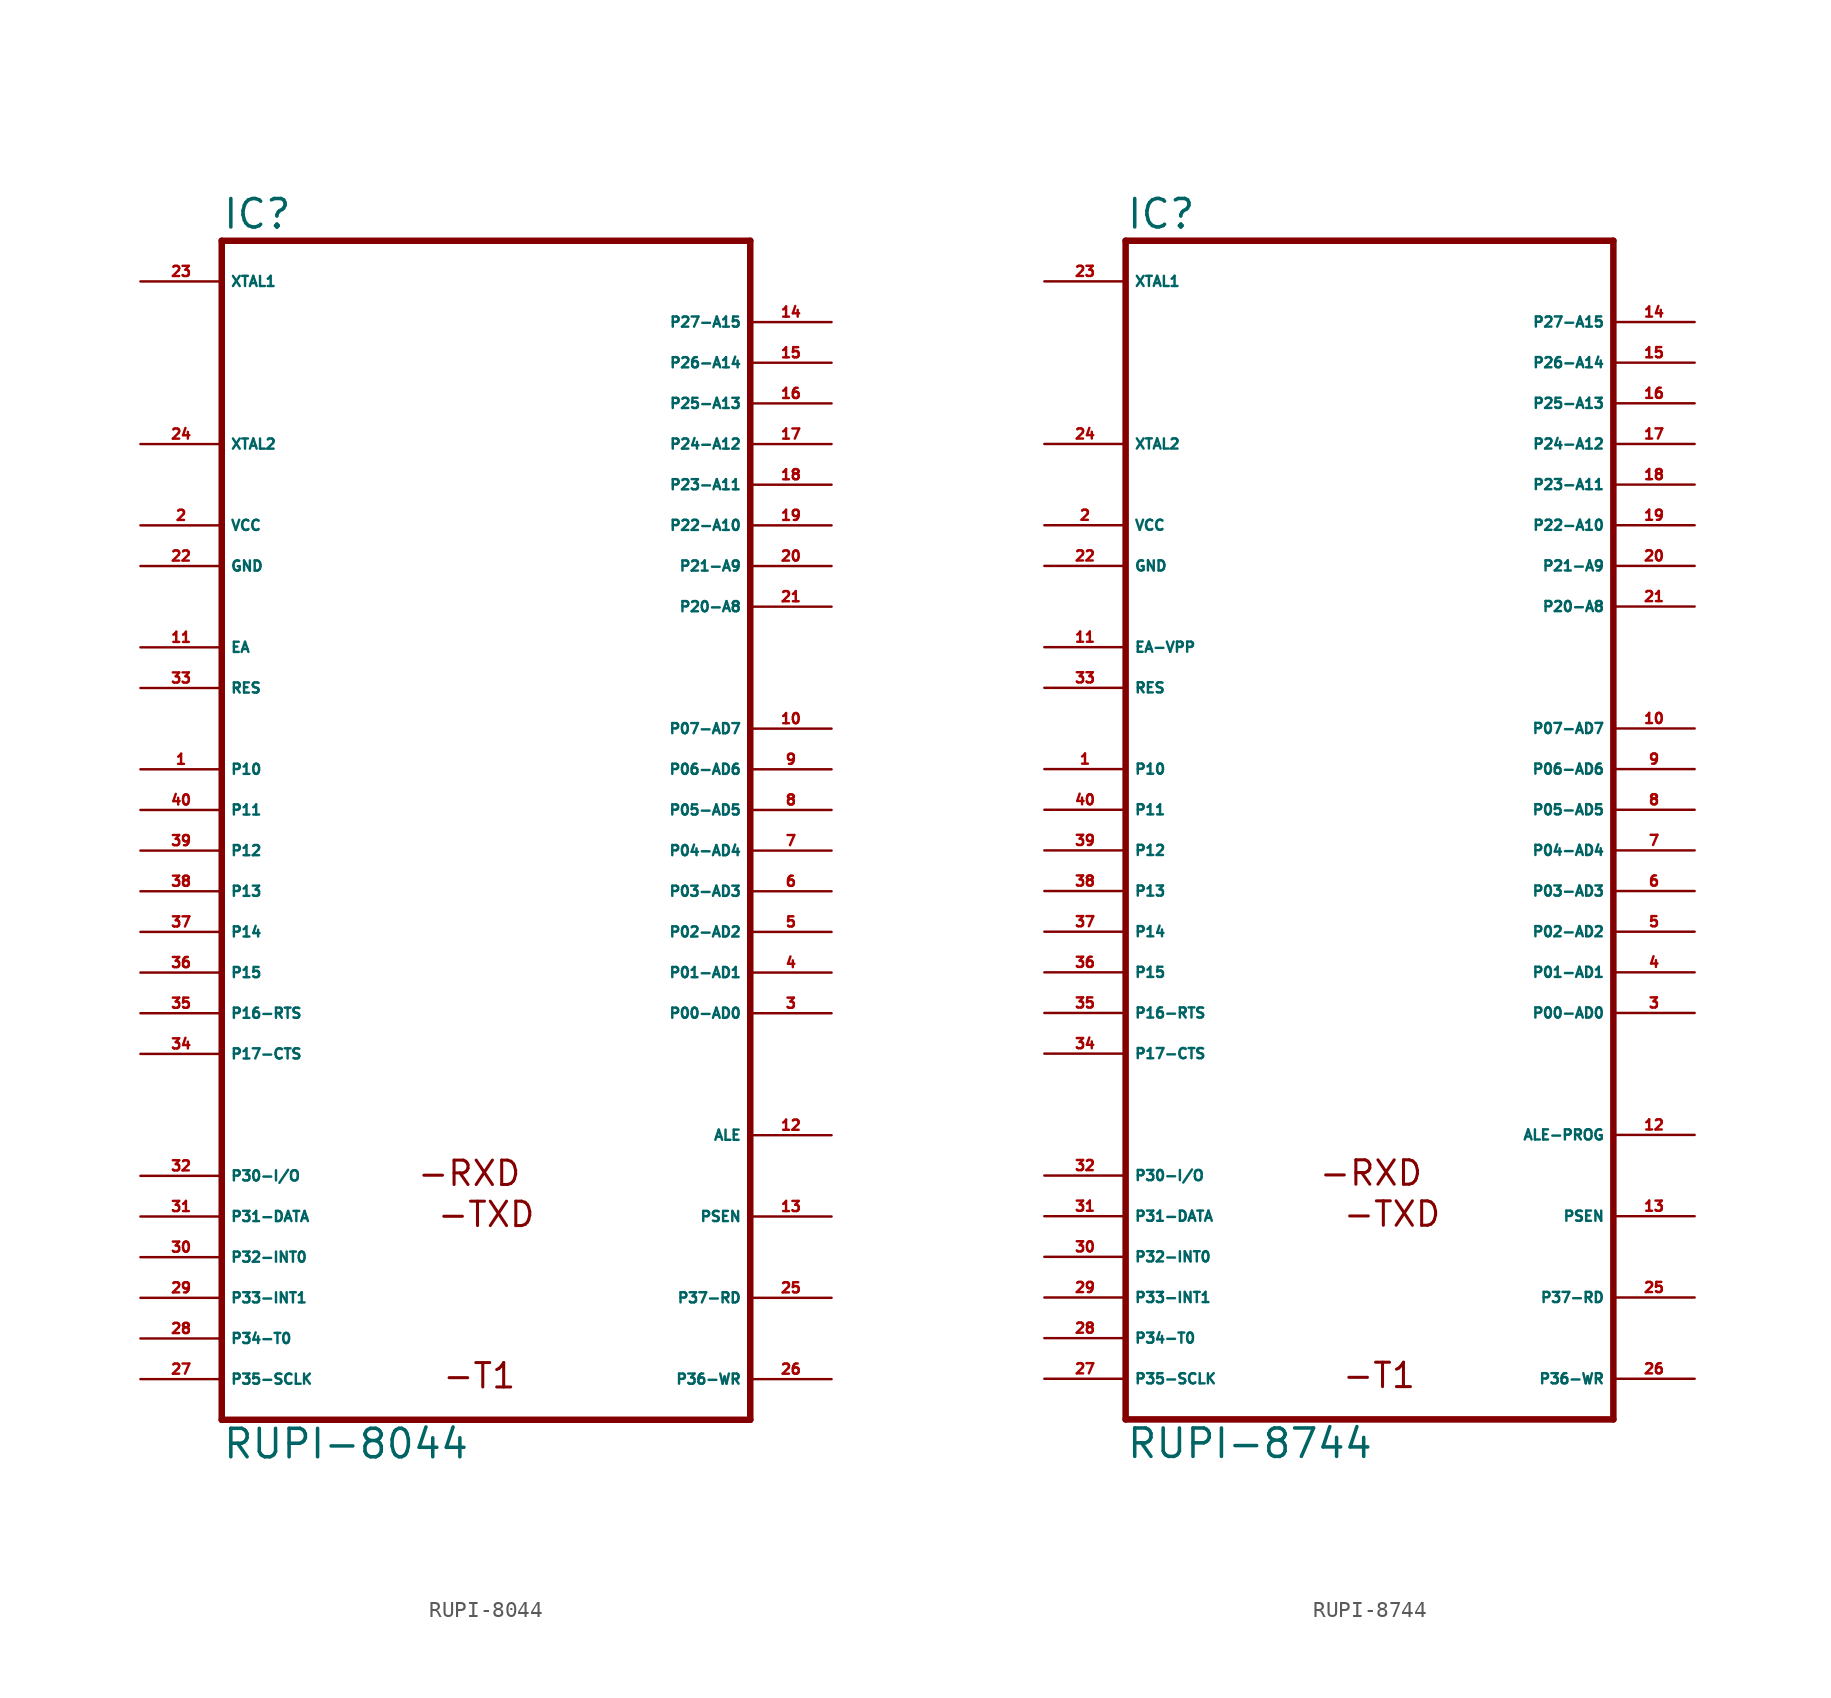
<source format=kicad_sym>
(kicad_symbol_lib
  (version 20220914)
  (generator Eagle2Kicad)
  (symbol "RUPI-8044"
    (property "Reference" "IC"
      (at -17.78 41.275 0)
      (effects (font (size 1.778 1.778) (thickness 0.22)) (justify left bottom)))
    (property "Value" "RUPI-8044"
      (at -17.78 -35.56 0)
      (effects (font (size 1.778 1.778) (thickness 0.22)) (justify left bottom)))
    (polyline
      (pts (xy 15.24 40.64) (xy 15.24 -33.02))
      (stroke (width 0.406) (type default))
      (fill (type none)))
    (polyline
      (pts (xy -17.78 -33.02) (xy 15.24 -33.02))
      (stroke (width 0.406) (type default))
      (fill (type none)))
    (polyline
      (pts (xy -17.78 -33.02) (xy -17.78 40.64))
      (stroke (width 0.406) (type default))
      (fill (type none)))
    (polyline
      (pts (xy 15.24 40.64) (xy -17.78 40.64))
      (stroke (width 0.406) (type default))
      (fill (type none)))
    (text "-RXD"
      (at -5.639 -18.517 0)
      (effects (font (size 1.524 1.524) (thickness 0.19)) (justify left bottom)))
    (text "-TXD"
      (at -4.394 -21.082 0)
      (effects (font (size 1.524 1.524) (thickness 0.19)) (justify left bottom)))
    (text "-T1"
      (at -4.064 -31.166 0)
      (effects (font (size 1.524 1.524) (thickness 0.19)) (justify left bottom)))
    (pin input line
      (at -22.86 27.94 0)
      (length 5.08)
      (name "XTAL2" (effects (font (size 0.635 0.635) (thickness 0.08)) (justify left bottom)))
      (number "24" (effects (font (size 0.635 0.635) (thickness 0.08)) (justify left bottom))))
    (pin input line
      (at -22.86 38.1 0)
      (length 5.08)
      (name "XTAL1" (effects (font (size 0.635 0.635) (thickness 0.08)) (justify left bottom)))
      (number "23" (effects (font (size 0.635 0.635) (thickness 0.08)) (justify left bottom))))
    (pin input line
      (at -22.86 15.24 0)
      (length 5.08)
      (name "EA" (effects (font (size 0.635 0.635) (thickness 0.08)) (justify left bottom)))
      (number "11" (effects (font (size 0.635 0.635) (thickness 0.08)) (justify left bottom))))
    (pin bidirectional line
      (at 20.32 35.56 180)
      (length 5.08)
      (name "P27-A15" (effects (font (size 0.635 0.635) (thickness 0.08)) (justify left bottom)))
      (number "14" (effects (font (size 0.635 0.635) (thickness 0.08)) (justify left bottom))))
    (pin bidirectional line
      (at 20.32 33.02 180)
      (length 5.08)
      (name "P26-A14" (effects (font (size 0.635 0.635) (thickness 0.08)) (justify left bottom)))
      (number "15" (effects (font (size 0.635 0.635) (thickness 0.08)) (justify left bottom))))
    (pin bidirectional line
      (at 20.32 30.48 180)
      (length 5.08)
      (name "P25-A13" (effects (font (size 0.635 0.635) (thickness 0.08)) (justify left bottom)))
      (number "16" (effects (font (size 0.635 0.635) (thickness 0.08)) (justify left bottom))))
    (pin bidirectional line
      (at 20.32 27.94 180)
      (length 5.08)
      (name "P24-A12" (effects (font (size 0.635 0.635) (thickness 0.08)) (justify left bottom)))
      (number "17" (effects (font (size 0.635 0.635) (thickness 0.08)) (justify left bottom))))
    (pin bidirectional line
      (at 20.32 25.4 180)
      (length 5.08)
      (name "P23-A11" (effects (font (size 0.635 0.635) (thickness 0.08)) (justify left bottom)))
      (number "18" (effects (font (size 0.635 0.635) (thickness 0.08)) (justify left bottom))))
    (pin bidirectional line
      (at 20.32 22.86 180)
      (length 5.08)
      (name "P22-A10" (effects (font (size 0.635 0.635) (thickness 0.08)) (justify left bottom)))
      (number "19" (effects (font (size 0.635 0.635) (thickness 0.08)) (justify left bottom))))
    (pin bidirectional line
      (at 20.32 20.32 180)
      (length 5.08)
      (name "P21-A9" (effects (font (size 0.635 0.635) (thickness 0.08)) (justify left bottom)))
      (number "20" (effects (font (size 0.635 0.635) (thickness 0.08)) (justify left bottom))))
    (pin bidirectional line
      (at 20.32 17.78 180)
      (length 5.08)
      (name "P20-A8" (effects (font (size 0.635 0.635) (thickness 0.08)) (justify left bottom)))
      (number "21" (effects (font (size 0.635 0.635) (thickness 0.08)) (justify left bottom))))
    (pin bidirectional line
      (at 20.32 10.16 180)
      (length 5.08)
      (name "P07-AD7" (effects (font (size 0.635 0.635) (thickness 0.08)) (justify left bottom)))
      (number "10" (effects (font (size 0.635 0.635) (thickness 0.08)) (justify left bottom))))
    (pin bidirectional line
      (at 20.32 7.62 180)
      (length 5.08)
      (name "P06-AD6" (effects (font (size 0.635 0.635) (thickness 0.08)) (justify left bottom)))
      (number "9" (effects (font (size 0.635 0.635) (thickness 0.08)) (justify left bottom))))
    (pin bidirectional line
      (at 20.32 5.08 180)
      (length 5.08)
      (name "P05-AD5" (effects (font (size 0.635 0.635) (thickness 0.08)) (justify left bottom)))
      (number "8" (effects (font (size 0.635 0.635) (thickness 0.08)) (justify left bottom))))
    (pin bidirectional line
      (at 20.32 2.54 180)
      (length 5.08)
      (name "P04-AD4" (effects (font (size 0.635 0.635) (thickness 0.08)) (justify left bottom)))
      (number "7" (effects (font (size 0.635 0.635) (thickness 0.08)) (justify left bottom))))
    (pin bidirectional line
      (at 20.32 0 180)
      (length 5.08)
      (name "P03-AD3" (effects (font (size 0.635 0.635) (thickness 0.08)) (justify left bottom)))
      (number "6" (effects (font (size 0.635 0.635) (thickness 0.08)) (justify left bottom))))
    (pin bidirectional line
      (at 20.32 -2.54 180)
      (length 5.08)
      (name "P02-AD2" (effects (font (size 0.635 0.635) (thickness 0.08)) (justify left bottom)))
      (number "5" (effects (font (size 0.635 0.635) (thickness 0.08)) (justify left bottom))))
    (pin bidirectional line
      (at 20.32 -5.08 180)
      (length 5.08)
      (name "P01-AD1" (effects (font (size 0.635 0.635) (thickness 0.08)) (justify left bottom)))
      (number "4" (effects (font (size 0.635 0.635) (thickness 0.08)) (justify left bottom))))
    (pin bidirectional line
      (at 20.32 -7.62 180)
      (length 5.08)
      (name "P00-AD0" (effects (font (size 0.635 0.635) (thickness 0.08)) (justify left bottom)))
      (number "3" (effects (font (size 0.635 0.635) (thickness 0.08)) (justify left bottom))))
    (pin output line
      (at 20.32 -15.24 180)
      (length 5.08)
      (name "ALE" (effects (font (size 0.635 0.635) (thickness 0.08)) (justify left bottom)))
      (number "12" (effects (font (size 0.635 0.635) (thickness 0.08)) (justify left bottom))))
    (pin output line
      (at 20.32 -20.32 180)
      (length 5.08)
      (name "PSEN" (effects (font (size 0.635 0.635) (thickness 0.08)) (justify left bottom)))
      (number "13" (effects (font (size 0.635 0.635) (thickness 0.08)) (justify left bottom))))
    (pin bidirectional line
      (at 20.32 -25.4 180)
      (length 5.08)
      (name "P37-RD" (effects (font (size 0.635 0.635) (thickness 0.08)) (justify left bottom)))
      (number "25" (effects (font (size 0.635 0.635) (thickness 0.08)) (justify left bottom))))
    (pin bidirectional line
      (at 20.32 -30.48 180)
      (length 5.08)
      (name "P36-WR" (effects (font (size 0.635 0.635) (thickness 0.08)) (justify left bottom)))
      (number "26" (effects (font (size 0.635 0.635) (thickness 0.08)) (justify left bottom))))
    (pin unspecified line
      (at -22.86 22.86 0)
      (length 5.08)
      (name "VCC" (effects (font (size 0.635 0.635) (thickness 0.08)) (justify left bottom)))
      (number "2" (effects (font (size 0.635 0.635) (thickness 0.08)) (justify left bottom))))
    (pin unspecified line
      (at -22.86 20.32 0)
      (length 5.08)
      (name "GND" (effects (font (size 0.635 0.635) (thickness 0.08)) (justify left bottom)))
      (number "22" (effects (font (size 0.635 0.635) (thickness 0.08)) (justify left bottom))))
    (pin bidirectional line
      (at -22.86 5.08 0)
      (length 5.08)
      (name "P11" (effects (font (size 0.635 0.635) (thickness 0.08)) (justify left bottom)))
      (number "40" (effects (font (size 0.635 0.635) (thickness 0.08)) (justify left bottom))))
    (pin input line
      (at -22.86 12.7 0)
      (length 5.08)
      (name "RES" (effects (font (size 0.635 0.635) (thickness 0.08)) (justify left bottom)))
      (number "33" (effects (font (size 0.635 0.635) (thickness 0.08)) (justify left bottom))))
    (pin bidirectional line
      (at -22.86 0 0)
      (length 5.08)
      (name "P13" (effects (font (size 0.635 0.635) (thickness 0.08)) (justify left bottom)))
      (number "38" (effects (font (size 0.635 0.635) (thickness 0.08)) (justify left bottom))))
    (pin bidirectional line
      (at -22.86 -2.54 0)
      (length 5.08)
      (name "P14" (effects (font (size 0.635 0.635) (thickness 0.08)) (justify left bottom)))
      (number "37" (effects (font (size 0.635 0.635) (thickness 0.08)) (justify left bottom))))
    (pin bidirectional line
      (at -22.86 -5.08 0)
      (length 5.08)
      (name "P15" (effects (font (size 0.635 0.635) (thickness 0.08)) (justify left bottom)))
      (number "36" (effects (font (size 0.635 0.635) (thickness 0.08)) (justify left bottom))))
    (pin bidirectional line
      (at -22.86 -7.62 0)
      (length 5.08)
      (name "P16-RTS" (effects (font (size 0.635 0.635) (thickness 0.08)) (justify left bottom)))
      (number "35" (effects (font (size 0.635 0.635) (thickness 0.08)) (justify left bottom))))
    (pin bidirectional line
      (at -22.86 -10.16 0)
      (length 5.08)
      (name "P17-CTS" (effects (font (size 0.635 0.635) (thickness 0.08)) (justify left bottom)))
      (number "34" (effects (font (size 0.635 0.635) (thickness 0.08)) (justify left bottom))))
    (pin bidirectional line
      (at -22.86 -17.78 0)
      (length 5.08)
      (name "P30-I/O" (effects (font (size 0.635 0.635) (thickness 0.08)) (justify left bottom)))
      (number "32" (effects (font (size 0.635 0.635) (thickness 0.08)) (justify left bottom))))
    (pin bidirectional line
      (at -22.86 -20.32 0)
      (length 5.08)
      (name "P31-DATA" (effects (font (size 0.635 0.635) (thickness 0.08)) (justify left bottom)))
      (number "31" (effects (font (size 0.635 0.635) (thickness 0.08)) (justify left bottom))))
    (pin bidirectional line
      (at -22.86 -22.86 0)
      (length 5.08)
      (name "P32-INT0" (effects (font (size 0.635 0.635) (thickness 0.08)) (justify left bottom)))
      (number "30" (effects (font (size 0.635 0.635) (thickness 0.08)) (justify left bottom))))
    (pin bidirectional line
      (at -22.86 -25.4 0)
      (length 5.08)
      (name "P33-INT1" (effects (font (size 0.635 0.635) (thickness 0.08)) (justify left bottom)))
      (number "29" (effects (font (size 0.635 0.635) (thickness 0.08)) (justify left bottom))))
    (pin bidirectional line
      (at -22.86 -27.94 0)
      (length 5.08)
      (name "P34-T0" (effects (font (size 0.635 0.635) (thickness 0.08)) (justify left bottom)))
      (number "28" (effects (font (size 0.635 0.635) (thickness 0.08)) (justify left bottom))))
    (pin bidirectional line
      (at -22.86 -30.48 0)
      (length 5.08)
      (name "P35-SCLK" (effects (font (size 0.635 0.635) (thickness 0.08)) (justify left bottom)))
      (number "27" (effects (font (size 0.635 0.635) (thickness 0.08)) (justify left bottom))))
    (pin bidirectional line
      (at -22.86 2.54 0)
      (length 5.08)
      (name "P12" (effects (font (size 0.635 0.635) (thickness 0.08)) (justify left bottom)))
      (number "39" (effects (font (size 0.635 0.635) (thickness 0.08)) (justify left bottom))))
    (pin bidirectional line
      (at -22.86 7.62 0)
      (length 5.08)
      (name "P10" (effects (font (size 0.635 0.635) (thickness 0.08)) (justify left bottom)))
      (number "1" (effects (font (size 0.635 0.635) (thickness 0.08)) (justify left bottom)))))
  (symbol "RUPI-8744"
    (property "Reference" "IC"
      (at -15.24 36.195 0)
      (effects (font (size 1.778 1.778) (thickness 0.22)) (justify left bottom)))
    (property "Value" "RUPI-8744"
      (at -15.24 -40.64 0)
      (effects (font (size 1.778 1.778) (thickness 0.22)) (justify left bottom)))
    (polyline
      (pts (xy 15.24 35.56) (xy 15.24 -38.1))
      (stroke (width 0.406) (type default))
      (fill (type none)))
    (polyline
      (pts (xy -15.24 -38.1) (xy 15.24 -38.1))
      (stroke (width 0.406) (type default))
      (fill (type none)))
    (polyline
      (pts (xy -15.24 -38.1) (xy -15.24 35.56))
      (stroke (width 0.406) (type default))
      (fill (type none)))
    (polyline
      (pts (xy 15.24 35.56) (xy -15.24 35.56))
      (stroke (width 0.406) (type default))
      (fill (type none)))
    (text "-RXD"
      (at -3.226 -23.597 0)
      (effects (font (size 1.524 1.524) (thickness 0.19)) (justify left bottom)))
    (text "-TXD"
      (at -1.727 -26.162 0)
      (effects (font (size 1.524 1.524) (thickness 0.19)) (justify left bottom)))
    (text "-T1"
      (at -1.778 -36.246 0)
      (effects (font (size 1.524 1.524) (thickness 0.19)) (justify left bottom)))
    (pin input line
      (at -20.32 22.86 0)
      (length 5.08)
      (name "XTAL2" (effects (font (size 0.635 0.635) (thickness 0.08)) (justify left bottom)))
      (number "24" (effects (font (size 0.635 0.635) (thickness 0.08)) (justify left bottom))))
    (pin input line
      (at -20.32 33.02 0)
      (length 5.08)
      (name "XTAL1" (effects (font (size 0.635 0.635) (thickness 0.08)) (justify left bottom)))
      (number "23" (effects (font (size 0.635 0.635) (thickness 0.08)) (justify left bottom))))
    (pin input line
      (at -20.32 10.16 0)
      (length 5.08)
      (name "EA-VPP" (effects (font (size 0.635 0.635) (thickness 0.08)) (justify left bottom)))
      (number "11" (effects (font (size 0.635 0.635) (thickness 0.08)) (justify left bottom))))
    (pin bidirectional line
      (at 20.32 30.48 180)
      (length 5.08)
      (name "P27-A15" (effects (font (size 0.635 0.635) (thickness 0.08)) (justify left bottom)))
      (number "14" (effects (font (size 0.635 0.635) (thickness 0.08)) (justify left bottom))))
    (pin bidirectional line
      (at 20.32 27.94 180)
      (length 5.08)
      (name "P26-A14" (effects (font (size 0.635 0.635) (thickness 0.08)) (justify left bottom)))
      (number "15" (effects (font (size 0.635 0.635) (thickness 0.08)) (justify left bottom))))
    (pin bidirectional line
      (at 20.32 25.4 180)
      (length 5.08)
      (name "P25-A13" (effects (font (size 0.635 0.635) (thickness 0.08)) (justify left bottom)))
      (number "16" (effects (font (size 0.635 0.635) (thickness 0.08)) (justify left bottom))))
    (pin bidirectional line
      (at 20.32 22.86 180)
      (length 5.08)
      (name "P24-A12" (effects (font (size 0.635 0.635) (thickness 0.08)) (justify left bottom)))
      (number "17" (effects (font (size 0.635 0.635) (thickness 0.08)) (justify left bottom))))
    (pin bidirectional line
      (at 20.32 20.32 180)
      (length 5.08)
      (name "P23-A11" (effects (font (size 0.635 0.635) (thickness 0.08)) (justify left bottom)))
      (number "18" (effects (font (size 0.635 0.635) (thickness 0.08)) (justify left bottom))))
    (pin bidirectional line
      (at 20.32 17.78 180)
      (length 5.08)
      (name "P22-A10" (effects (font (size 0.635 0.635) (thickness 0.08)) (justify left bottom)))
      (number "19" (effects (font (size 0.635 0.635) (thickness 0.08)) (justify left bottom))))
    (pin bidirectional line
      (at 20.32 15.24 180)
      (length 5.08)
      (name "P21-A9" (effects (font (size 0.635 0.635) (thickness 0.08)) (justify left bottom)))
      (number "20" (effects (font (size 0.635 0.635) (thickness 0.08)) (justify left bottom))))
    (pin bidirectional line
      (at 20.32 12.7 180)
      (length 5.08)
      (name "P20-A8" (effects (font (size 0.635 0.635) (thickness 0.08)) (justify left bottom)))
      (number "21" (effects (font (size 0.635 0.635) (thickness 0.08)) (justify left bottom))))
    (pin bidirectional line
      (at 20.32 5.08 180)
      (length 5.08)
      (name "P07-AD7" (effects (font (size 0.635 0.635) (thickness 0.08)) (justify left bottom)))
      (number "10" (effects (font (size 0.635 0.635) (thickness 0.08)) (justify left bottom))))
    (pin bidirectional line
      (at 20.32 2.54 180)
      (length 5.08)
      (name "P06-AD6" (effects (font (size 0.635 0.635) (thickness 0.08)) (justify left bottom)))
      (number "9" (effects (font (size 0.635 0.635) (thickness 0.08)) (justify left bottom))))
    (pin bidirectional line
      (at 20.32 0 180)
      (length 5.08)
      (name "P05-AD5" (effects (font (size 0.635 0.635) (thickness 0.08)) (justify left bottom)))
      (number "8" (effects (font (size 0.635 0.635) (thickness 0.08)) (justify left bottom))))
    (pin bidirectional line
      (at 20.32 -2.54 180)
      (length 5.08)
      (name "P04-AD4" (effects (font (size 0.635 0.635) (thickness 0.08)) (justify left bottom)))
      (number "7" (effects (font (size 0.635 0.635) (thickness 0.08)) (justify left bottom))))
    (pin bidirectional line
      (at 20.32 -5.08 180)
      (length 5.08)
      (name "P03-AD3" (effects (font (size 0.635 0.635) (thickness 0.08)) (justify left bottom)))
      (number "6" (effects (font (size 0.635 0.635) (thickness 0.08)) (justify left bottom))))
    (pin bidirectional line
      (at 20.32 -7.62 180)
      (length 5.08)
      (name "P02-AD2" (effects (font (size 0.635 0.635) (thickness 0.08)) (justify left bottom)))
      (number "5" (effects (font (size 0.635 0.635) (thickness 0.08)) (justify left bottom))))
    (pin bidirectional line
      (at 20.32 -10.16 180)
      (length 5.08)
      (name "P01-AD1" (effects (font (size 0.635 0.635) (thickness 0.08)) (justify left bottom)))
      (number "4" (effects (font (size 0.635 0.635) (thickness 0.08)) (justify left bottom))))
    (pin bidirectional line
      (at 20.32 -12.7 180)
      (length 5.08)
      (name "P00-AD0" (effects (font (size 0.635 0.635) (thickness 0.08)) (justify left bottom)))
      (number "3" (effects (font (size 0.635 0.635) (thickness 0.08)) (justify left bottom))))
    (pin output line
      (at 20.32 -20.32 180)
      (length 5.08)
      (name "ALE-PROG" (effects (font (size 0.635 0.635) (thickness 0.08)) (justify left bottom)))
      (number "12" (effects (font (size 0.635 0.635) (thickness 0.08)) (justify left bottom))))
    (pin output line
      (at 20.32 -25.4 180)
      (length 5.08)
      (name "PSEN" (effects (font (size 0.635 0.635) (thickness 0.08)) (justify left bottom)))
      (number "13" (effects (font (size 0.635 0.635) (thickness 0.08)) (justify left bottom))))
    (pin bidirectional line
      (at 20.32 -30.48 180)
      (length 5.08)
      (name "P37-RD" (effects (font (size 0.635 0.635) (thickness 0.08)) (justify left bottom)))
      (number "25" (effects (font (size 0.635 0.635) (thickness 0.08)) (justify left bottom))))
    (pin bidirectional line
      (at 20.32 -35.56 180)
      (length 5.08)
      (name "P36-WR" (effects (font (size 0.635 0.635) (thickness 0.08)) (justify left bottom)))
      (number "26" (effects (font (size 0.635 0.635) (thickness 0.08)) (justify left bottom))))
    (pin unspecified line
      (at -20.32 17.78 0)
      (length 5.08)
      (name "VCC" (effects (font (size 0.635 0.635) (thickness 0.08)) (justify left bottom)))
      (number "2" (effects (font (size 0.635 0.635) (thickness 0.08)) (justify left bottom))))
    (pin unspecified line
      (at -20.32 15.24 0)
      (length 5.08)
      (name "GND" (effects (font (size 0.635 0.635) (thickness 0.08)) (justify left bottom)))
      (number "22" (effects (font (size 0.635 0.635) (thickness 0.08)) (justify left bottom))))
    (pin bidirectional line
      (at -20.32 0 0)
      (length 5.08)
      (name "P11" (effects (font (size 0.635 0.635) (thickness 0.08)) (justify left bottom)))
      (number "40" (effects (font (size 0.635 0.635) (thickness 0.08)) (justify left bottom))))
    (pin input line
      (at -20.32 7.62 0)
      (length 5.08)
      (name "RES" (effects (font (size 0.635 0.635) (thickness 0.08)) (justify left bottom)))
      (number "33" (effects (font (size 0.635 0.635) (thickness 0.08)) (justify left bottom))))
    (pin bidirectional line
      (at -20.32 -5.08 0)
      (length 5.08)
      (name "P13" (effects (font (size 0.635 0.635) (thickness 0.08)) (justify left bottom)))
      (number "38" (effects (font (size 0.635 0.635) (thickness 0.08)) (justify left bottom))))
    (pin bidirectional line
      (at -20.32 -7.62 0)
      (length 5.08)
      (name "P14" (effects (font (size 0.635 0.635) (thickness 0.08)) (justify left bottom)))
      (number "37" (effects (font (size 0.635 0.635) (thickness 0.08)) (justify left bottom))))
    (pin bidirectional line
      (at -20.32 -10.16 0)
      (length 5.08)
      (name "P15" (effects (font (size 0.635 0.635) (thickness 0.08)) (justify left bottom)))
      (number "36" (effects (font (size 0.635 0.635) (thickness 0.08)) (justify left bottom))))
    (pin bidirectional line
      (at -20.32 -12.7 0)
      (length 5.08)
      (name "P16-RTS" (effects (font (size 0.635 0.635) (thickness 0.08)) (justify left bottom)))
      (number "35" (effects (font (size 0.635 0.635) (thickness 0.08)) (justify left bottom))))
    (pin bidirectional line
      (at -20.32 -15.24 0)
      (length 5.08)
      (name "P17-CTS" (effects (font (size 0.635 0.635) (thickness 0.08)) (justify left bottom)))
      (number "34" (effects (font (size 0.635 0.635) (thickness 0.08)) (justify left bottom))))
    (pin bidirectional line
      (at -20.32 -22.86 0)
      (length 5.08)
      (name "P30-I/O" (effects (font (size 0.635 0.635) (thickness 0.08)) (justify left bottom)))
      (number "32" (effects (font (size 0.635 0.635) (thickness 0.08)) (justify left bottom))))
    (pin bidirectional line
      (at -20.32 -25.4 0)
      (length 5.08)
      (name "P31-DATA" (effects (font (size 0.635 0.635) (thickness 0.08)) (justify left bottom)))
      (number "31" (effects (font (size 0.635 0.635) (thickness 0.08)) (justify left bottom))))
    (pin bidirectional line
      (at -20.32 -27.94 0)
      (length 5.08)
      (name "P32-INT0" (effects (font (size 0.635 0.635) (thickness 0.08)) (justify left bottom)))
      (number "30" (effects (font (size 0.635 0.635) (thickness 0.08)) (justify left bottom))))
    (pin bidirectional line
      (at -20.32 -30.48 0)
      (length 5.08)
      (name "P33-INT1" (effects (font (size 0.635 0.635) (thickness 0.08)) (justify left bottom)))
      (number "29" (effects (font (size 0.635 0.635) (thickness 0.08)) (justify left bottom))))
    (pin bidirectional line
      (at -20.32 -33.02 0)
      (length 5.08)
      (name "P34-T0" (effects (font (size 0.635 0.635) (thickness 0.08)) (justify left bottom)))
      (number "28" (effects (font (size 0.635 0.635) (thickness 0.08)) (justify left bottom))))
    (pin bidirectional line
      (at -20.32 -35.56 0)
      (length 5.08)
      (name "P35-SCLK" (effects (font (size 0.635 0.635) (thickness 0.08)) (justify left bottom)))
      (number "27" (effects (font (size 0.635 0.635) (thickness 0.08)) (justify left bottom))))
    (pin bidirectional line
      (at -20.32 -2.54 0)
      (length 5.08)
      (name "P12" (effects (font (size 0.635 0.635) (thickness 0.08)) (justify left bottom)))
      (number "39" (effects (font (size 0.635 0.635) (thickness 0.08)) (justify left bottom))))
    (pin bidirectional line
      (at -20.32 2.54 0)
      (length 5.08)
      (name "P10" (effects (font (size 0.635 0.635) (thickness 0.08)) (justify left bottom)))
      (number "1" (effects (font (size 0.635 0.635) (thickness 0.08)) (justify left bottom))))))
</source>
